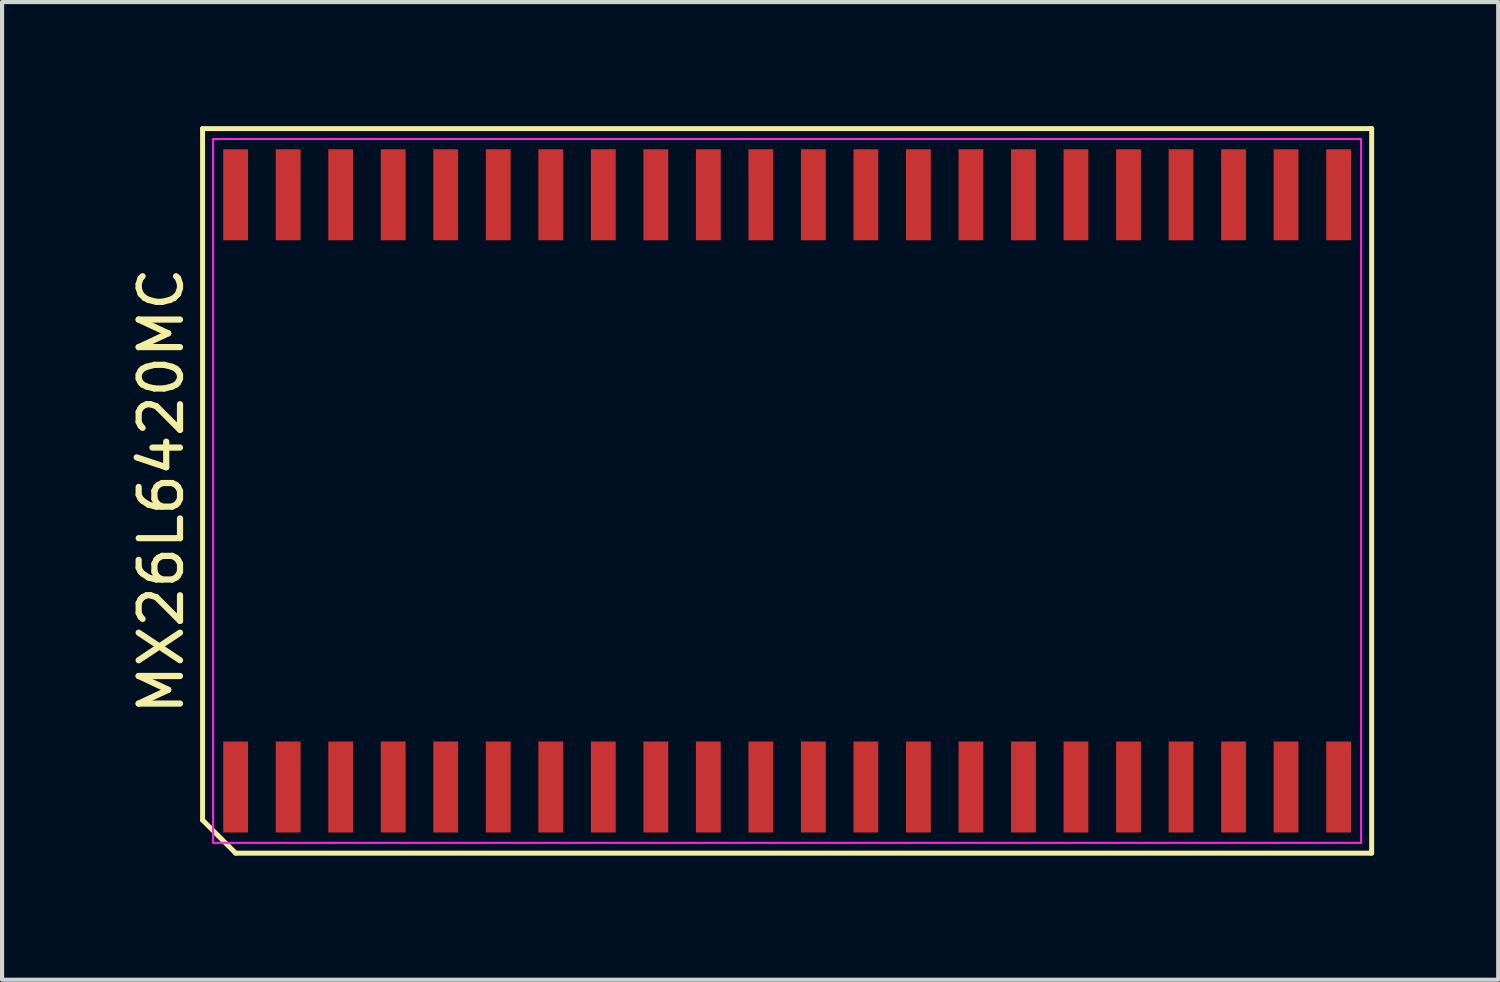
<source format=kicad_pcb>
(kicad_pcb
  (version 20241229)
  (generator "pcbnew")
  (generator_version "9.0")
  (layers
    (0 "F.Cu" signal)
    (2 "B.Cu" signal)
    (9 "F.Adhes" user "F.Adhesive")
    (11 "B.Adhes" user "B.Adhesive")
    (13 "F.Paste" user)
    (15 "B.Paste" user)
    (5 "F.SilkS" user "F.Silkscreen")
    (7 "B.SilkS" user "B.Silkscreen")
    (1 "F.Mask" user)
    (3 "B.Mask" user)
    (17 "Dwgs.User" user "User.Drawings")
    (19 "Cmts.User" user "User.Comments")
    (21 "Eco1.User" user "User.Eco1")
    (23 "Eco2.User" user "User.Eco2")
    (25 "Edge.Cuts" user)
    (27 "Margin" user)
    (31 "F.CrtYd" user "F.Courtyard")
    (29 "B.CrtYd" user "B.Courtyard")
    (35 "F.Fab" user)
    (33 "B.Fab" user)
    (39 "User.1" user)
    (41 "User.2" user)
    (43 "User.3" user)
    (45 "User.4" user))
  (footprint "MX26L6420MC"
    (layer "F.Cu")
    (at 15.983 8.82)
    (property "Reference" "MX26L6420MC" (at -15.135 0 90) (layer "F.SilkS") (effects (font (size 1 1) (thickness 0.15))))
    (attr smd)
    (fp_line (start -14.135 -8.76) (end 14.135 -8.76) (stroke (width 0.12) (type solid)) (layer "F.SilkS"))
    (fp_line (start -14.135 7.96) (end -14.135 -8.76) (stroke (width 0.12) (type solid)) (layer "F.SilkS"))
    (fp_line (start -13.335 8.76) (end -14.135 7.96) (stroke (width 0.12) (type solid)) (layer "F.SilkS"))
    (fp_line (start 14.135 -8.76) (end 14.135 8.76) (stroke (width 0.12) (type solid)) (layer "F.SilkS"))
    (fp_line (start 14.135 8.76) (end -13.335 8.76) (stroke (width 0.12) (type solid)) (layer "F.SilkS"))
    (fp_line (start -13.88 -8.51) (end 13.88 -8.51) (stroke (width 0.05) (type solid)) (layer "F.CrtYd"))
    (fp_line (start -13.88 8.51) (end -13.88 -8.51) (stroke (width 0.05) (type solid)) (layer "F.CrtYd"))
    (fp_line (start 13.88 -8.51) (end 13.88 8.51) (stroke (width 0.05) (type solid)) (layer "F.CrtYd"))
    (fp_line (start 13.88 8.51) (end -13.88 8.51) (stroke (width 0.05) (type solid)) (layer "F.CrtYd"))
    (pad "1" smd rect (at -13.335 7.16) (size 0.6 2.2) (layers "F.Cu" "F.Mask" "F.Paste"))
    (pad "2" smd rect (at -12.065 7.16) (size 0.6 2.2) (layers "F.Cu" "F.Mask" "F.Paste"))
    (pad "3" smd rect (at -10.795 7.16) (size 0.6 2.2) (layers "F.Cu" "F.Mask" "F.Paste"))
    (pad "4" smd rect (at -9.525 7.16) (size 0.6 2.2) (layers "F.Cu" "F.Mask" "F.Paste"))
    (pad "5" smd rect (at -8.255 7.16) (size 0.6 2.2) (layers "F.Cu" "F.Mask" "F.Paste"))
    (pad "6" smd rect (at -6.985 7.16) (size 0.6 2.2) (layers "F.Cu" "F.Mask" "F.Paste"))
    (pad "7" smd rect (at -5.715 7.16) (size 0.6 2.2) (layers "F.Cu" "F.Mask" "F.Paste"))
    (pad "8" smd rect (at -4.445 7.16) (size 0.6 2.2) (layers "F.Cu" "F.Mask" "F.Paste"))
    (pad "9" smd rect (at -3.175 7.16) (size 0.6 2.2) (layers "F.Cu" "F.Mask" "F.Paste"))
    (pad "10" smd rect (at -1.905 7.16) (size 0.6 2.2) (layers "F.Cu" "F.Mask" "F.Paste"))
    (pad "11" smd rect (at -0.635 7.16) (size 0.6 2.2) (layers "F.Cu" "F.Mask" "F.Paste"))
    (pad "12" smd rect (at 0.635 7.16) (size 0.6 2.2) (layers "F.Cu" "F.Mask" "F.Paste"))
    (pad "13" smd rect (at 1.905 7.16) (size 0.6 2.2) (layers "F.Cu" "F.Mask" "F.Paste"))
    (pad "14" smd rect (at 3.175 7.16) (size 0.6 2.2) (layers "F.Cu" "F.Mask" "F.Paste"))
    (pad "15" smd rect (at 4.445 7.16) (size 0.6 2.2) (layers "F.Cu" "F.Mask" "F.Paste"))
    (pad "16" smd rect (at 5.715 7.16) (size 0.6 2.2) (layers "F.Cu" "F.Mask" "F.Paste"))
    (pad "17" smd rect (at 6.985 7.16) (size 0.6 2.2) (layers "F.Cu" "F.Mask" "F.Paste"))
    (pad "18" smd rect (at 8.255 7.16) (size 0.6 2.2) (layers "F.Cu" "F.Mask" "F.Paste"))
    (pad "19" smd rect (at 9.525 7.16) (size 0.6 2.2) (layers "F.Cu" "F.Mask" "F.Paste"))
    (pad "20" smd rect (at 10.795 7.16) (size 0.6 2.2) (layers "F.Cu" "F.Mask" "F.Paste"))
    (pad "21" smd rect (at 12.065 7.16) (size 0.6 2.2) (layers "F.Cu" "F.Mask" "F.Paste"))
    (pad "22" smd rect (at 13.335 7.16) (size 0.6 2.2) (layers "F.Cu" "F.Mask" "F.Paste"))
    (pad "23" smd rect (at 13.335 -7.16) (size 0.6 2.2) (layers "F.Cu" "F.Mask" "F.Paste"))
    (pad "24" smd rect (at 12.065 -7.16) (size 0.6 2.2) (layers "F.Cu" "F.Mask" "F.Paste"))
    (pad "25" smd rect (at 10.795 -7.16) (size 0.6 2.2) (layers "F.Cu" "F.Mask" "F.Paste"))
    (pad "26" smd rect (at 9.525 -7.16) (size 0.6 2.2) (layers "F.Cu" "F.Mask" "F.Paste"))
    (pad "27" smd rect (at 8.255 -7.16) (size 0.6 2.2) (layers "F.Cu" "F.Mask" "F.Paste"))
    (pad "28" smd rect (at 6.985 -7.16) (size 0.6 2.2) (layers "F.Cu" "F.Mask" "F.Paste"))
    (pad "29" smd rect (at 5.715 -7.16) (size 0.6 2.2) (layers "F.Cu" "F.Mask" "F.Paste"))
    (pad "30" smd rect (at 4.445 -7.16) (size 0.6 2.2) (layers "F.Cu" "F.Mask" "F.Paste"))
    (pad "31" smd rect (at 3.175 -7.16) (size 0.6 2.2) (layers "F.Cu" "F.Mask" "F.Paste"))
    (pad "32" smd rect (at 1.905 -7.16) (size 0.6 2.2) (layers "F.Cu" "F.Mask" "F.Paste"))
    (pad "33" smd rect (at 0.635 -7.16) (size 0.6 2.2) (layers "F.Cu" "F.Mask" "F.Paste"))
    (pad "34" smd rect (at -0.635 -7.16) (size 0.6 2.2) (layers "F.Cu" "F.Mask" "F.Paste"))
    (pad "35" smd rect (at -1.905 -7.16) (size 0.6 2.2) (layers "F.Cu" "F.Mask" "F.Paste"))
    (pad "36" smd rect (at -3.175 -7.16) (size 0.6 2.2) (layers "F.Cu" "F.Mask" "F.Paste"))
    (pad "37" smd rect (at -4.445 -7.16) (size 0.6 2.2) (layers "F.Cu" "F.Mask" "F.Paste"))
    (pad "38" smd rect (at -5.715 -7.16) (size 0.6 2.2) (layers "F.Cu" "F.Mask" "F.Paste"))
    (pad "39" smd rect (at -6.985 -7.16) (size 0.6 2.2) (layers "F.Cu" "F.Mask" "F.Paste"))
    (pad "40" smd rect (at -8.255 -7.16) (size 0.6 2.2) (layers "F.Cu" "F.Mask" "F.Paste"))
    (pad "41" smd rect (at -9.525 -7.16) (size 0.6 2.2) (layers "F.Cu" "F.Mask" "F.Paste"))
    (pad "42" smd rect (at -10.795 -7.16) (size 0.6 2.2) (layers "F.Cu" "F.Mask" "F.Paste"))
    (pad "43" smd rect (at -12.065 -7.16) (size 0.6 2.2) (layers "F.Cu" "F.Mask" "F.Paste"))
    (pad "44" smd rect (at -13.335 -7.16) (size 0.6 2.2) (layers "F.Cu" "F.Mask" "F.Paste")))
  (gr_rect
    (start -3 -3)
    (end 33.178 20.64)
    (stroke (width 0.1) (type default))
    (fill no)
    (layer "Edge.Cuts")))
</source>
